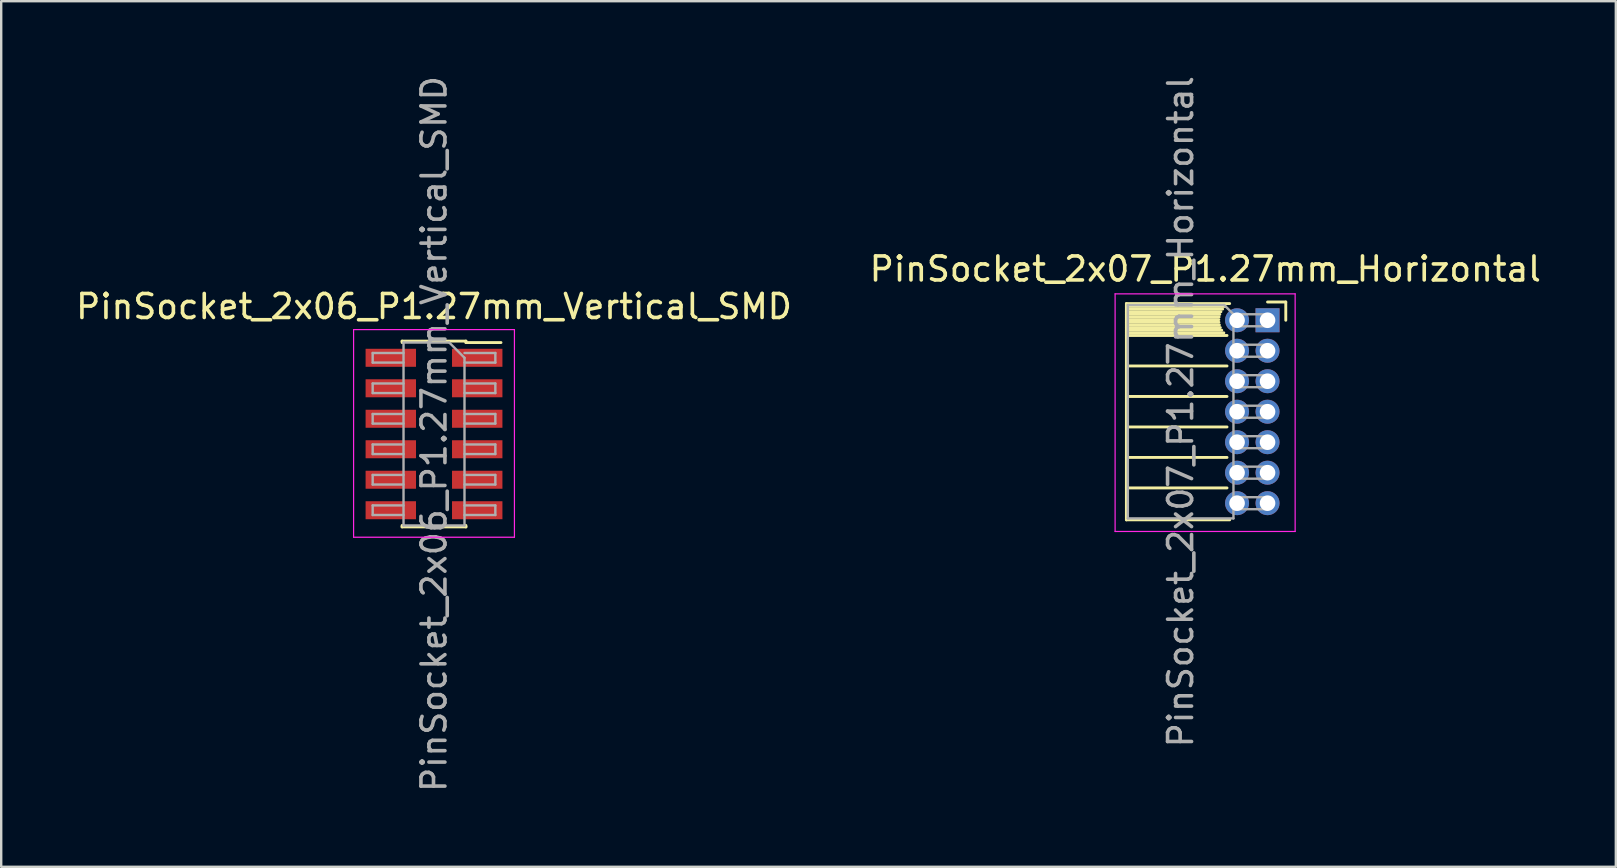
<source format=kicad_pcb>
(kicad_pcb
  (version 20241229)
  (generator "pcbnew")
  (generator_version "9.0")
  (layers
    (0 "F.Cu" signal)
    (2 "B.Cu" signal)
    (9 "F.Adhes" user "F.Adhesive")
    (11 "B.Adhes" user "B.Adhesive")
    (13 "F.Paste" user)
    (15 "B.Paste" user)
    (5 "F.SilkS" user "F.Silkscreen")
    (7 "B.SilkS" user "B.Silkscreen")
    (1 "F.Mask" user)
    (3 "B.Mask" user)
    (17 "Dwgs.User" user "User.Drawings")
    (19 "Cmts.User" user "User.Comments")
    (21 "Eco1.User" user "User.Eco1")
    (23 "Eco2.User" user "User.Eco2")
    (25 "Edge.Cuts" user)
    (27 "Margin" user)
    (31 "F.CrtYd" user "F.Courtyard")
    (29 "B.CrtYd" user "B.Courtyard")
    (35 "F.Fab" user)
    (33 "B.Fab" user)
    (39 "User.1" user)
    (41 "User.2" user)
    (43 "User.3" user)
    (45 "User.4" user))
  (footprint "PinSocket_2x07_P1.27mm_Horizontal"
    (layer "F.Cu")
    (at 49.753 10.291)
    (property "Reference" "PinSocket_2x07_P1.27mm_Horizontal" (at -2.592 -2.135 0) (layer "F.SilkS") (effects (font (size 1 1) (thickness 0.15))))
    (attr through_hole)
    (fp_line (start -5.88 -0.695) (end -5.88 8.315) (stroke (width 0.12) (type solid)) (layer "F.SilkS"))
    (fp_line (start -5.88 -0.695) (end -1.578 -0.695) (stroke (width 0.12) (type solid)) (layer "F.SilkS"))
    (fp_line (start -5.88 -0.575) (end -1.767 -0.575) (stroke (width 0.12) (type solid)) (layer "F.SilkS"))
    (fp_line (start -5.88 -0.465) (end -1.871 -0.465) (stroke (width 0.12) (type solid)) (layer "F.SilkS"))
    (fp_line (start -5.88 -0.355) (end -1.942 -0.355) (stroke (width 0.12) (type solid)) (layer "F.SilkS"))
    (fp_line (start -5.88 -0.245) (end -1.989 -0.245) (stroke (width 0.12) (type solid)) (layer "F.SilkS"))
    (fp_line (start -5.88 -0.135) (end -2.018 -0.135) (stroke (width 0.12) (type solid)) (layer "F.SilkS"))
    (fp_line (start -5.88 -0.025) (end -2.03 -0.025) (stroke (width 0.12) (type solid)) (layer "F.SilkS"))
    (fp_line (start -5.88 0.085) (end -2.025 0.085) (stroke (width 0.12) (type solid)) (layer "F.SilkS"))
    (fp_line (start -5.88 0.195) (end -2.005 0.195) (stroke (width 0.12) (type solid)) (layer "F.SilkS"))
    (fp_line (start -5.88 0.305) (end -1.966 0.305) (stroke (width 0.12) (type solid)) (layer "F.SilkS"))
    (fp_line (start -5.88 0.415) (end -1.907 0.415) (stroke (width 0.12) (type solid)) (layer "F.SilkS"))
    (fp_line (start -5.88 0.525) (end -1.82 0.525) (stroke (width 0.12) (type solid)) (layer "F.SilkS"))
    (fp_line (start -5.88 0.635) (end -1.688 0.635) (stroke (width 0.12) (type solid)) (layer "F.SilkS"))
    (fp_line (start -5.88 1.905) (end -1.688 1.905) (stroke (width 0.12) (type solid)) (layer "F.SilkS"))
    (fp_line (start -5.88 3.175) (end -1.688 3.175) (stroke (width 0.12) (type solid)) (layer "F.SilkS"))
    (fp_line (start -5.88 4.445) (end -1.688 4.445) (stroke (width 0.12) (type solid)) (layer "F.SilkS"))
    (fp_line (start -5.88 5.715) (end -1.688 5.715) (stroke (width 0.12) (type solid)) (layer "F.SilkS"))
    (fp_line (start -5.88 6.985) (end -1.688 6.985) (stroke (width 0.12) (type solid)) (layer "F.SilkS"))
    (fp_line (start -5.88 8.315) (end -1.578 8.315) (stroke (width 0.12) (type solid)) (layer "F.SilkS"))
    (fp_line (start 0 -0.76) (end 0.76 -0.76) (stroke (width 0.12) (type solid)) (layer "F.SilkS"))
    (fp_line (start 0.76 -0.76) (end 0.76 0) (stroke (width 0.12) (type solid)) (layer "F.SilkS"))
    (fp_line (start -6.35 -1.1) (end -6.35 8.8) (stroke (width 0.05) (type solid)) (layer "F.CrtYd"))
    (fp_line (start -6.35 8.8) (end 1.15 8.8) (stroke (width 0.05) (type solid)) (layer "F.CrtYd"))
    (fp_line (start 1.15 -1.1) (end -6.35 -1.1) (stroke (width 0.05) (type solid)) (layer "F.CrtYd"))
    (fp_line (start 1.15 8.8) (end 1.15 -1.1) (stroke (width 0.05) (type solid)) (layer "F.CrtYd"))
    (fp_line (start -5.82 -0.635) (end -1.805 -0.635) (stroke (width 0.1) (type solid)) (layer "F.Fab"))
    (fp_line (start -5.82 8.255) (end -5.82 -0.635) (stroke (width 0.1) (type solid)) (layer "F.Fab"))
    (fp_line (start -1.805 -0.635) (end -1.42 -0.25) (stroke (width 0.1) (type solid)) (layer "F.Fab"))
    (fp_line (start -1.42 -0.25) (end -1.42 8.255) (stroke (width 0.1) (type solid)) (layer "F.Fab"))
    (fp_line (start -1.42 0.25) (end 0 0.25) (stroke (width 0.1) (type solid)) (layer "F.Fab"))
    (fp_line (start -1.42 1.52) (end 0 1.52) (stroke (width 0.1) (type solid)) (layer "F.Fab"))
    (fp_line (start -1.42 2.79) (end 0 2.79) (stroke (width 0.1) (type solid)) (layer "F.Fab"))
    (fp_line (start -1.42 4.06) (end 0 4.06) (stroke (width 0.1) (type solid)) (layer "F.Fab"))
    (fp_line (start -1.42 5.33) (end 0 5.33) (stroke (width 0.1) (type solid)) (layer "F.Fab"))
    (fp_line (start -1.42 6.6) (end 0 6.6) (stroke (width 0.1) (type solid)) (layer "F.Fab"))
    (fp_line (start -1.42 7.87) (end 0 7.87) (stroke (width 0.1) (type solid)) (layer "F.Fab"))
    (fp_line (start -1.42 8.255) (end -5.82 8.255) (stroke (width 0.1) (type solid)) (layer "F.Fab"))
    (fp_line (start 0 -0.25) (end -1.42 -0.25) (stroke (width 0.1) (type solid)) (layer "F.Fab"))
    (fp_line (start 0 0.25) (end 0 -0.25) (stroke (width 0.1) (type solid)) (layer "F.Fab"))
    (fp_line (start 0 1.02) (end -1.42 1.02) (stroke (width 0.1) (type solid)) (layer "F.Fab"))
    (fp_line (start 0 1.52) (end 0 1.02) (stroke (width 0.1) (type solid)) (layer "F.Fab"))
    (fp_line (start 0 2.29) (end -1.42 2.29) (stroke (width 0.1) (type solid)) (layer "F.Fab"))
    (fp_line (start 0 2.79) (end 0 2.29) (stroke (width 0.1) (type solid)) (layer "F.Fab"))
    (fp_line (start 0 3.56) (end -1.42 3.56) (stroke (width 0.1) (type solid)) (layer "F.Fab"))
    (fp_line (start 0 4.06) (end 0 3.56) (stroke (width 0.1) (type solid)) (layer "F.Fab"))
    (fp_line (start 0 4.83) (end -1.42 4.83) (stroke (width 0.1) (type solid)) (layer "F.Fab"))
    (fp_line (start 0 5.33) (end 0 4.83) (stroke (width 0.1) (type solid)) (layer "F.Fab"))
    (fp_line (start 0 6.1) (end -1.42 6.1) (stroke (width 0.1) (type solid)) (layer "F.Fab"))
    (fp_line (start 0 6.6) (end 0 6.1) (stroke (width 0.1) (type solid)) (layer "F.Fab"))
    (fp_line (start 0 7.37) (end -1.42 7.37) (stroke (width 0.1) (type solid)) (layer "F.Fab"))
    (fp_line (start 0 7.87) (end 0 7.37) (stroke (width 0.1) (type solid)) (layer "F.Fab"))
    (fp_text user "${REFERENCE}" (at -3.62 3.81 90) (layer "F.Fab") (effects (font (size 1 1) (thickness 0.15))))
    (pad "1" thru_hole rect (at 0 0) (size 1 1) (drill 0.65) (layers "*.Cu" "*.Mask"))
    (pad "2" thru_hole circle (at -1.27 0) (size 1 1) (drill 0.65) (layers "*.Cu" "*.Mask"))
    (pad "3" thru_hole circle (at 0 1.27) (size 1 1) (drill 0.65) (layers "*.Cu" "*.Mask"))
    (pad "4" thru_hole circle (at -1.27 1.27) (size 1 1) (drill 0.65) (layers "*.Cu" "*.Mask"))
    (pad "5" thru_hole circle (at 0 2.54) (size 1 1) (drill 0.65) (layers "*.Cu" "*.Mask"))
    (pad "6" thru_hole circle (at -1.27 2.54) (size 1 1) (drill 0.65) (layers "*.Cu" "*.Mask"))
    (pad "7" thru_hole circle (at 0 3.81) (size 1 1) (drill 0.65) (layers "*.Cu" "*.Mask"))
    (pad "8" thru_hole circle (at -1.27 3.81) (size 1 1) (drill 0.65) (layers "*.Cu" "*.Mask"))
    (pad "9" thru_hole circle (at 0 5.08) (size 1 1) (drill 0.65) (layers "*.Cu" "*.Mask"))
    (pad "10" thru_hole circle (at -1.27 5.08) (size 1 1) (drill 0.65) (layers "*.Cu" "*.Mask"))
    (pad "11" thru_hole circle (at 0 6.35) (size 1 1) (drill 0.65) (layers "*.Cu" "*.Mask"))
    (pad "12" thru_hole circle (at -1.27 6.35) (size 1 1) (drill 0.65) (layers "*.Cu" "*.Mask"))
    (pad "13" thru_hole circle (at 0 7.62) (size 1 1) (drill 0.65) (layers "*.Cu" "*.Mask"))
    (pad "14" thru_hole circle (at -1.27 7.62) (size 1 1) (drill 0.65) (layers "*.Cu" "*.Mask")))
  (footprint "PinSocket_2x06_P1.27mm_Vertical_SMD"
    (layer "F.Cu")
    (at 15.03 15.03)
    (property "Reference" "PinSocket_2x06_P1.27mm_Vertical_SMD" (at 0 -5.31 0) (layer "F.SilkS") (effects (font (size 1 1) (thickness 0.15))))
    (attr smd)
    (fp_line (start -1.33 -3.87) (end -1.33 -3.81) (stroke (width 0.12) (type solid)) (layer "F.SilkS"))
    (fp_line (start -1.33 -3.87) (end 1.33 -3.87) (stroke (width 0.12) (type solid)) (layer "F.SilkS"))
    (fp_line (start -1.33 3.81) (end -1.33 3.87) (stroke (width 0.12) (type solid)) (layer "F.SilkS"))
    (fp_line (start -1.33 3.87) (end 1.33 3.87) (stroke (width 0.12) (type solid)) (layer "F.SilkS"))
    (fp_line (start 1.33 -3.87) (end 1.33 -3.81) (stroke (width 0.12) (type solid)) (layer "F.SilkS"))
    (fp_line (start 1.33 -3.81) (end 2.79 -3.81) (stroke (width 0.12) (type solid)) (layer "F.SilkS"))
    (fp_line (start 1.33 3.81) (end 1.33 3.87) (stroke (width 0.12) (type solid)) (layer "F.SilkS"))
    (fp_line (start -3.35 -4.35) (end 3.35 -4.35) (stroke (width 0.05) (type solid)) (layer "F.CrtYd"))
    (fp_line (start -3.35 4.3) (end -3.35 -4.35) (stroke (width 0.05) (type solid)) (layer "F.CrtYd"))
    (fp_line (start 3.35 -4.35) (end 3.35 4.3) (stroke (width 0.05) (type solid)) (layer "F.CrtYd"))
    (fp_line (start 3.35 4.3) (end -3.35 4.3) (stroke (width 0.05) (type solid)) (layer "F.CrtYd"))
    (fp_line (start -2.555 -3.375) (end -1.27 -3.375) (stroke (width 0.1) (type solid)) (layer "F.Fab"))
    (fp_line (start -2.555 -2.975) (end -2.555 -3.375) (stroke (width 0.1) (type solid)) (layer "F.Fab"))
    (fp_line (start -2.555 -2.105) (end -1.27 -2.105) (stroke (width 0.1) (type solid)) (layer "F.Fab"))
    (fp_line (start -2.555 -1.705) (end -2.555 -2.105) (stroke (width 0.1) (type solid)) (layer "F.Fab"))
    (fp_line (start -2.555 -0.835) (end -1.27 -0.835) (stroke (width 0.1) (type solid)) (layer "F.Fab"))
    (fp_line (start -2.555 -0.435) (end -2.555 -0.835) (stroke (width 0.1) (type solid)) (layer "F.Fab"))
    (fp_line (start -2.555 0.435) (end -1.27 0.435) (stroke (width 0.1) (type solid)) (layer "F.Fab"))
    (fp_line (start -2.555 0.835) (end -2.555 0.435) (stroke (width 0.1) (type solid)) (layer "F.Fab"))
    (fp_line (start -2.555 1.705) (end -1.27 1.705) (stroke (width 0.1) (type solid)) (layer "F.Fab"))
    (fp_line (start -2.555 2.105) (end -2.555 1.705) (stroke (width 0.1) (type solid)) (layer "F.Fab"))
    (fp_line (start -2.555 2.975) (end -1.27 2.975) (stroke (width 0.1) (type solid)) (layer "F.Fab"))
    (fp_line (start -2.555 3.375) (end -2.555 2.975) (stroke (width 0.1) (type solid)) (layer "F.Fab"))
    (fp_line (start -1.27 -3.81) (end 0.635 -3.81) (stroke (width 0.1) (type solid)) (layer "F.Fab"))
    (fp_line (start -1.27 -2.975) (end -2.555 -2.975) (stroke (width 0.1) (type solid)) (layer "F.Fab"))
    (fp_line (start -1.27 -1.705) (end -2.555 -1.705) (stroke (width 0.1) (type solid)) (layer "F.Fab"))
    (fp_line (start -1.27 -0.435) (end -2.555 -0.435) (stroke (width 0.1) (type solid)) (layer "F.Fab"))
    (fp_line (start -1.27 0.835) (end -2.555 0.835) (stroke (width 0.1) (type solid)) (layer "F.Fab"))
    (fp_line (start -1.27 2.105) (end -2.555 2.105) (stroke (width 0.1) (type solid)) (layer "F.Fab"))
    (fp_line (start -1.27 3.375) (end -2.555 3.375) (stroke (width 0.1) (type solid)) (layer "F.Fab"))
    (fp_line (start -1.27 3.81) (end -1.27 -3.81) (stroke (width 0.1) (type solid)) (layer "F.Fab"))
    (fp_line (start 0.635 -3.81) (end 1.27 -3.175) (stroke (width 0.1) (type solid)) (layer "F.Fab"))
    (fp_line (start 1.27 -3.375) (end 2.555 -3.375) (stroke (width 0.1) (type solid)) (layer "F.Fab"))
    (fp_line (start 1.27 -3.175) (end 1.27 3.81) (stroke (width 0.1) (type solid)) (layer "F.Fab"))
    (fp_line (start 1.27 -2.105) (end 2.555 -2.105) (stroke (width 0.1) (type solid)) (layer "F.Fab"))
    (fp_line (start 1.27 -0.835) (end 2.555 -0.835) (stroke (width 0.1) (type solid)) (layer "F.Fab"))
    (fp_line (start 1.27 0.435) (end 2.555 0.435) (stroke (width 0.1) (type solid)) (layer "F.Fab"))
    (fp_line (start 1.27 1.705) (end 2.555 1.705) (stroke (width 0.1) (type solid)) (layer "F.Fab"))
    (fp_line (start 1.27 2.975) (end 2.555 2.975) (stroke (width 0.1) (type solid)) (layer "F.Fab"))
    (fp_line (start 1.27 3.81) (end -1.27 3.81) (stroke (width 0.1) (type solid)) (layer "F.Fab"))
    (fp_line (start 2.555 -3.375) (end 2.555 -2.975) (stroke (width 0.1) (type solid)) (layer "F.Fab"))
    (fp_line (start 2.555 -2.975) (end 1.27 -2.975) (stroke (width 0.1) (type solid)) (layer "F.Fab"))
    (fp_line (start 2.555 -2.105) (end 2.555 -1.705) (stroke (width 0.1) (type solid)) (layer "F.Fab"))
    (fp_line (start 2.555 -1.705) (end 1.27 -1.705) (stroke (width 0.1) (type solid)) (layer "F.Fab"))
    (fp_line (start 2.555 -0.835) (end 2.555 -0.435) (stroke (width 0.1) (type solid)) (layer "F.Fab"))
    (fp_line (start 2.555 -0.435) (end 1.27 -0.435) (stroke (width 0.1) (type solid)) (layer "F.Fab"))
    (fp_line (start 2.555 0.435) (end 2.555 0.835) (stroke (width 0.1) (type solid)) (layer "F.Fab"))
    (fp_line (start 2.555 0.835) (end 1.27 0.835) (stroke (width 0.1) (type solid)) (layer "F.Fab"))
    (fp_line (start 2.555 1.705) (end 2.555 2.105) (stroke (width 0.1) (type solid)) (layer "F.Fab"))
    (fp_line (start 2.555 2.105) (end 1.27 2.105) (stroke (width 0.1) (type solid)) (layer "F.Fab"))
    (fp_line (start 2.555 2.975) (end 2.555 3.375) (stroke (width 0.1) (type solid)) (layer "F.Fab"))
    (fp_line (start 2.555 3.375) (end 1.27 3.375) (stroke (width 0.1) (type solid)) (layer "F.Fab"))
    (fp_text user "${REFERENCE}" (at 0 0 90) (layer "F.Fab") (effects (font (size 1 1) (thickness 0.15))))
    (pad "1" smd rect (at 1.8 -3.175) (size 2.1 0.75) (layers "F.Cu" "F.Mask" "F.Paste"))
    (pad "2" smd rect (at -1.8 -3.175) (size 2.1 0.75) (layers "F.Cu" "F.Mask" "F.Paste"))
    (pad "3" smd rect (at 1.8 -1.905) (size 2.1 0.75) (layers "F.Cu" "F.Mask" "F.Paste"))
    (pad "4" smd rect (at -1.8 -1.905) (size 2.1 0.75) (layers "F.Cu" "F.Mask" "F.Paste"))
    (pad "5" smd rect (at 1.8 -0.635) (size 2.1 0.75) (layers "F.Cu" "F.Mask" "F.Paste"))
    (pad "6" smd rect (at -1.8 -0.635) (size 2.1 0.75) (layers "F.Cu" "F.Mask" "F.Paste"))
    (pad "7" smd rect (at 1.8 0.635) (size 2.1 0.75) (layers "F.Cu" "F.Mask" "F.Paste"))
    (pad "8" smd rect (at -1.8 0.635) (size 2.1 0.75) (layers "F.Cu" "F.Mask" "F.Paste"))
    (pad "9" smd rect (at 1.8 1.905) (size 2.1 0.75) (layers "F.Cu" "F.Mask" "F.Paste"))
    (pad "10" smd rect (at -1.8 1.905) (size 2.1 0.75) (layers "F.Cu" "F.Mask" "F.Paste"))
    (pad "11" smd rect (at 1.8 3.175) (size 2.1 0.75) (layers "F.Cu" "F.Mask" "F.Paste"))
    (pad "12" smd rect (at -1.8 3.175) (size 2.1 0.75) (layers "F.Cu" "F.Mask" "F.Paste")))
  (gr_rect
    (start -3 -3)
    (end 64.262 33.06)
    (stroke (width 0.1) (type default))
    (fill no)
    (layer "Edge.Cuts")))
</source>
